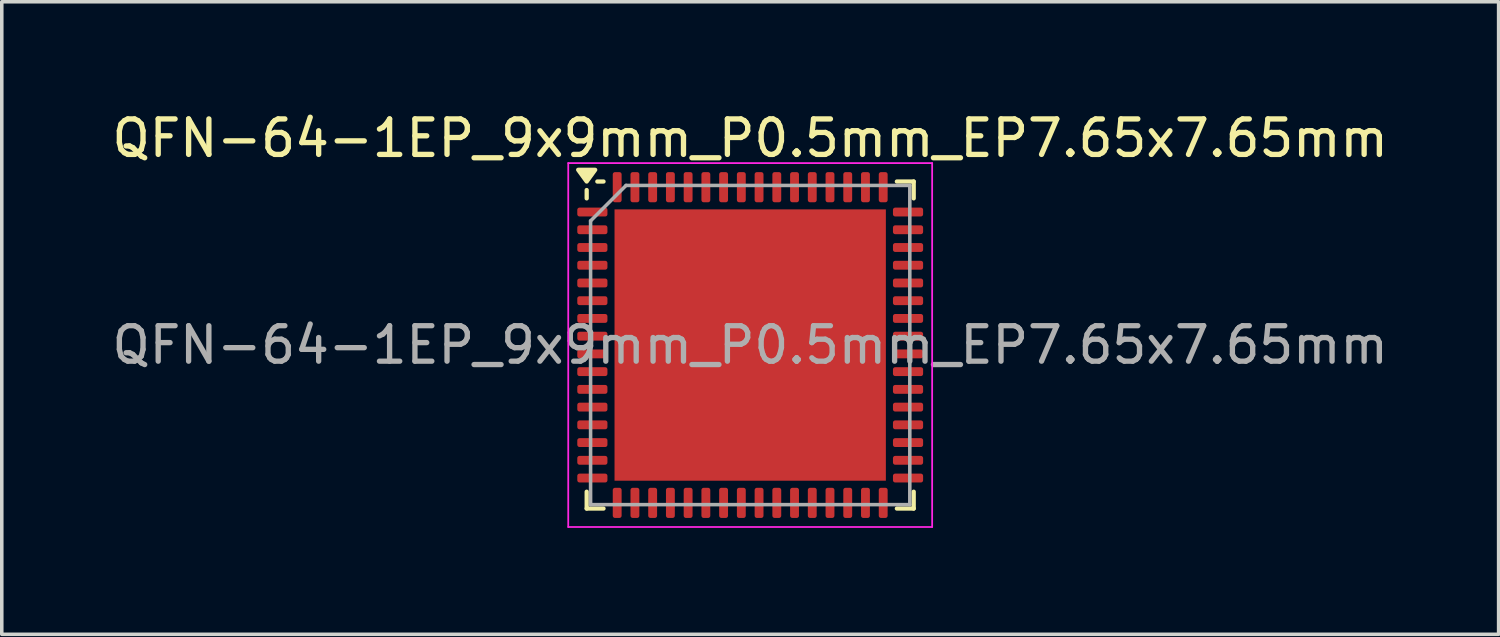
<source format=kicad_pcb>
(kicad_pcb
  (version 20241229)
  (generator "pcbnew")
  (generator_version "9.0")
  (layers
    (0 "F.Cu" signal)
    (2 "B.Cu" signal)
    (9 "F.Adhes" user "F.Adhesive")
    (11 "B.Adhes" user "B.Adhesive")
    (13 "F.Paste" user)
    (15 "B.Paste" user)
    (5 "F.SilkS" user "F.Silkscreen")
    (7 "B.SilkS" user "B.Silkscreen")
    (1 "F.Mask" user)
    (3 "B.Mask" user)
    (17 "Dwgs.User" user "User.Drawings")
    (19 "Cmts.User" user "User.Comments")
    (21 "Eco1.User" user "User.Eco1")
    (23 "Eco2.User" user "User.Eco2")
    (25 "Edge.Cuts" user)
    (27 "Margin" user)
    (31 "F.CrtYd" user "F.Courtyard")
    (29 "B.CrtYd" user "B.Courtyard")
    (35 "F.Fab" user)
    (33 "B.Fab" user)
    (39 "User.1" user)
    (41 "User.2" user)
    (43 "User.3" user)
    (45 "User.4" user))
  (footprint "QFN-64-1EP_9x9mm_P0.5mm_EP7.65x7.65mm"
    (layer "F.Cu")
    (at 18.101 6.678)
    (property "Reference" "QFN-64-1EP_9x9mm_P0.5mm_EP7.65x7.65mm" (at 0 -5.83 0) (layer "F.SilkS") (effects (font (size 1 1) (thickness 0.15))))
    (attr smd)
    (fp_line (start -4.61 -4.135) (end -4.61 -4.37) (stroke (width 0.12) (type solid)) (layer "F.SilkS"))
    (fp_line (start -4.61 4.61) (end -4.61 4.135) (stroke (width 0.12) (type solid)) (layer "F.SilkS"))
    (fp_line (start -4.135 -4.61) (end -4.31 -4.61) (stroke (width 0.12) (type solid)) (layer "F.SilkS"))
    (fp_line (start -4.135 4.61) (end -4.61 4.61) (stroke (width 0.12) (type solid)) (layer "F.SilkS"))
    (fp_line (start 4.135 -4.61) (end 4.61 -4.61) (stroke (width 0.12) (type solid)) (layer "F.SilkS"))
    (fp_line (start 4.135 4.61) (end 4.61 4.61) (stroke (width 0.12) (type solid)) (layer "F.SilkS"))
    (fp_line (start 4.61 -4.61) (end 4.61 -4.135) (stroke (width 0.12) (type solid)) (layer "F.SilkS"))
    (fp_line (start 4.61 4.61) (end 4.61 4.135) (stroke (width 0.12) (type solid)) (layer "F.SilkS"))
    (fp_poly (pts (xy -4.61 -4.61) (xy -4.85 -4.94) (xy -4.37 -4.94) (xy -4.61 -4.61)) (stroke (width 0.12) (type solid)) (fill yes) (layer "F.SilkS"))
    (fp_line (start -5.13 -5.13) (end -5.13 5.13) (stroke (width 0.05) (type solid)) (layer "F.CrtYd"))
    (fp_line (start -5.13 5.13) (end 5.13 5.13) (stroke (width 0.05) (type solid)) (layer "F.CrtYd"))
    (fp_line (start 5.13 -5.13) (end -5.13 -5.13) (stroke (width 0.05) (type solid)) (layer "F.CrtYd"))
    (fp_line (start 5.13 5.13) (end 5.13 -5.13) (stroke (width 0.05) (type solid)) (layer "F.CrtYd"))
    (fp_line (start -4.5 -3.5) (end -3.5 -4.5) (stroke (width 0.1) (type solid)) (layer "F.Fab"))
    (fp_line (start -4.5 4.5) (end -4.5 -3.5) (stroke (width 0.1) (type solid)) (layer "F.Fab"))
    (fp_line (start -3.5 -4.5) (end 4.5 -4.5) (stroke (width 0.1) (type solid)) (layer "F.Fab"))
    (fp_line (start 4.5 -4.5) (end 4.5 4.5) (stroke (width 0.1) (type solid)) (layer "F.Fab"))
    (fp_line (start 4.5 4.5) (end -4.5 4.5) (stroke (width 0.1) (type solid)) (layer "F.Fab"))
    (fp_text user "${REFERENCE}" (at 0 0 0) (layer "F.Fab") (effects (font (size 1 1) (thickness 0.15))))
    (pad "" smd roundrect (at -3.2 -3.2) (size 1.03 1.03) (layers "F.Paste") (roundrect_rratio 0.243))
    (pad "" smd roundrect (at -3.2 -1.92) (size 1.03 1.03) (layers "F.Paste") (roundrect_rratio 0.243))
    (pad "" smd roundrect (at -3.2 -0.64) (size 1.03 1.03) (layers "F.Paste") (roundrect_rratio 0.243))
    (pad "" smd roundrect (at -3.2 0.64) (size 1.03 1.03) (layers "F.Paste") (roundrect_rratio 0.243))
    (pad "" smd roundrect (at -3.2 1.92) (size 1.03 1.03) (layers "F.Paste") (roundrect_rratio 0.243))
    (pad "" smd roundrect (at -3.2 3.2) (size 1.03 1.03) (layers "F.Paste") (roundrect_rratio 0.243))
    (pad "" smd roundrect (at -1.92 -3.2) (size 1.03 1.03) (layers "F.Paste") (roundrect_rratio 0.243))
    (pad "" smd roundrect (at -1.92 -1.92) (size 1.03 1.03) (layers "F.Paste") (roundrect_rratio 0.243))
    (pad "" smd roundrect (at -1.92 -0.64) (size 1.03 1.03) (layers "F.Paste") (roundrect_rratio 0.243))
    (pad "" smd roundrect (at -1.92 0.64) (size 1.03 1.03) (layers "F.Paste") (roundrect_rratio 0.243))
    (pad "" smd roundrect (at -1.92 1.92) (size 1.03 1.03) (layers "F.Paste") (roundrect_rratio 0.243))
    (pad "" smd roundrect (at -1.92 3.2) (size 1.03 1.03) (layers "F.Paste") (roundrect_rratio 0.243))
    (pad "" smd roundrect (at -0.64 -3.2) (size 1.03 1.03) (layers "F.Paste") (roundrect_rratio 0.243))
    (pad "" smd roundrect (at -0.64 -1.92) (size 1.03 1.03) (layers "F.Paste") (roundrect_rratio 0.243))
    (pad "" smd roundrect (at -0.64 -0.64) (size 1.03 1.03) (layers "F.Paste") (roundrect_rratio 0.243))
    (pad "" smd roundrect (at -0.64 0.64) (size 1.03 1.03) (layers "F.Paste") (roundrect_rratio 0.243))
    (pad "" smd roundrect (at -0.64 1.92) (size 1.03 1.03) (layers "F.Paste") (roundrect_rratio 0.243))
    (pad "" smd roundrect (at -0.64 3.2) (size 1.03 1.03) (layers "F.Paste") (roundrect_rratio 0.243))
    (pad "" smd roundrect (at 0.64 -3.2) (size 1.03 1.03) (layers "F.Paste") (roundrect_rratio 0.243))
    (pad "" smd roundrect (at 0.64 -1.92) (size 1.03 1.03) (layers "F.Paste") (roundrect_rratio 0.243))
    (pad "" smd roundrect (at 0.64 -0.64) (size 1.03 1.03) (layers "F.Paste") (roundrect_rratio 0.243))
    (pad "" smd roundrect (at 0.64 0.64) (size 1.03 1.03) (layers "F.Paste") (roundrect_rratio 0.243))
    (pad "" smd roundrect (at 0.64 1.92) (size 1.03 1.03) (layers "F.Paste") (roundrect_rratio 0.243))
    (pad "" smd roundrect (at 0.64 3.2) (size 1.03 1.03) (layers "F.Paste") (roundrect_rratio 0.243))
    (pad "" smd roundrect (at 1.92 -3.2) (size 1.03 1.03) (layers "F.Paste") (roundrect_rratio 0.243))
    (pad "" smd roundrect (at 1.92 -1.92) (size 1.03 1.03) (layers "F.Paste") (roundrect_rratio 0.243))
    (pad "" smd roundrect (at 1.92 -0.64) (size 1.03 1.03) (layers "F.Paste") (roundrect_rratio 0.243))
    (pad "" smd roundrect (at 1.92 0.64) (size 1.03 1.03) (layers "F.Paste") (roundrect_rratio 0.243))
    (pad "" smd roundrect (at 1.92 1.92) (size 1.03 1.03) (layers "F.Paste") (roundrect_rratio 0.243))
    (pad "" smd roundrect (at 1.92 3.2) (size 1.03 1.03) (layers "F.Paste") (roundrect_rratio 0.243))
    (pad "" smd roundrect (at 3.2 -3.2) (size 1.03 1.03) (layers "F.Paste") (roundrect_rratio 0.243))
    (pad "" smd roundrect (at 3.2 -1.92) (size 1.03 1.03) (layers "F.Paste") (roundrect_rratio 0.243))
    (pad "" smd roundrect (at 3.2 -0.64) (size 1.03 1.03) (layers "F.Paste") (roundrect_rratio 0.243))
    (pad "" smd roundrect (at 3.2 0.64) (size 1.03 1.03) (layers "F.Paste") (roundrect_rratio 0.243))
    (pad "" smd roundrect (at 3.2 1.92) (size 1.03 1.03) (layers "F.Paste") (roundrect_rratio 0.243))
    (pad "" smd roundrect (at 3.2 3.2) (size 1.03 1.03) (layers "F.Paste") (roundrect_rratio 0.243))
    (pad "1" smd roundrect (at -4.45 -3.75) (size 0.85 0.25) (layers "F.Cu" "F.Mask" "F.Paste") (roundrect_rratio 0.25))
    (pad "2" smd roundrect (at -4.45 -3.25) (size 0.85 0.25) (layers "F.Cu" "F.Mask" "F.Paste") (roundrect_rratio 0.25))
    (pad "3" smd roundrect (at -4.45 -2.75) (size 0.85 0.25) (layers "F.Cu" "F.Mask" "F.Paste") (roundrect_rratio 0.25))
    (pad "4" smd roundrect (at -4.45 -2.25) (size 0.85 0.25) (layers "F.Cu" "F.Mask" "F.Paste") (roundrect_rratio 0.25))
    (pad "5" smd roundrect (at -4.45 -1.75) (size 0.85 0.25) (layers "F.Cu" "F.Mask" "F.Paste") (roundrect_rratio 0.25))
    (pad "6" smd roundrect (at -4.45 -1.25) (size 0.85 0.25) (layers "F.Cu" "F.Mask" "F.Paste") (roundrect_rratio 0.25))
    (pad "7" smd roundrect (at -4.45 -0.75) (size 0.85 0.25) (layers "F.Cu" "F.Mask" "F.Paste") (roundrect_rratio 0.25))
    (pad "8" smd roundrect (at -4.45 -0.25) (size 0.85 0.25) (layers "F.Cu" "F.Mask" "F.Paste") (roundrect_rratio 0.25))
    (pad "9" smd roundrect (at -4.45 0.25) (size 0.85 0.25) (layers "F.Cu" "F.Mask" "F.Paste") (roundrect_rratio 0.25))
    (pad "10" smd roundrect (at -4.45 0.75) (size 0.85 0.25) (layers "F.Cu" "F.Mask" "F.Paste") (roundrect_rratio 0.25))
    (pad "11" smd roundrect (at -4.45 1.25) (size 0.85 0.25) (layers "F.Cu" "F.Mask" "F.Paste") (roundrect_rratio 0.25))
    (pad "12" smd roundrect (at -4.45 1.75) (size 0.85 0.25) (layers "F.Cu" "F.Mask" "F.Paste") (roundrect_rratio 0.25))
    (pad "13" smd roundrect (at -4.45 2.25) (size 0.85 0.25) (layers "F.Cu" "F.Mask" "F.Paste") (roundrect_rratio 0.25))
    (pad "14" smd roundrect (at -4.45 2.75) (size 0.85 0.25) (layers "F.Cu" "F.Mask" "F.Paste") (roundrect_rratio 0.25))
    (pad "15" smd roundrect (at -4.45 3.25) (size 0.85 0.25) (layers "F.Cu" "F.Mask" "F.Paste") (roundrect_rratio 0.25))
    (pad "16" smd roundrect (at -4.45 3.75) (size 0.85 0.25) (layers "F.Cu" "F.Mask" "F.Paste") (roundrect_rratio 0.25))
    (pad "17" smd roundrect (at -3.75 4.45) (size 0.25 0.85) (layers "F.Cu" "F.Mask" "F.Paste") (roundrect_rratio 0.25))
    (pad "18" smd roundrect (at -3.25 4.45) (size 0.25 0.85) (layers "F.Cu" "F.Mask" "F.Paste") (roundrect_rratio 0.25))
    (pad "19" smd roundrect (at -2.75 4.45) (size 0.25 0.85) (layers "F.Cu" "F.Mask" "F.Paste") (roundrect_rratio 0.25))
    (pad "20" smd roundrect (at -2.25 4.45) (size 0.25 0.85) (layers "F.Cu" "F.Mask" "F.Paste") (roundrect_rratio 0.25))
    (pad "21" smd roundrect (at -1.75 4.45) (size 0.25 0.85) (layers "F.Cu" "F.Mask" "F.Paste") (roundrect_rratio 0.25))
    (pad "22" smd roundrect (at -1.25 4.45) (size 0.25 0.85) (layers "F.Cu" "F.Mask" "F.Paste") (roundrect_rratio 0.25))
    (pad "23" smd roundrect (at -0.75 4.45) (size 0.25 0.85) (layers "F.Cu" "F.Mask" "F.Paste") (roundrect_rratio 0.25))
    (pad "24" smd roundrect (at -0.25 4.45) (size 0.25 0.85) (layers "F.Cu" "F.Mask" "F.Paste") (roundrect_rratio 0.25))
    (pad "25" smd roundrect (at 0.25 4.45) (size 0.25 0.85) (layers "F.Cu" "F.Mask" "F.Paste") (roundrect_rratio 0.25))
    (pad "26" smd roundrect (at 0.75 4.45) (size 0.25 0.85) (layers "F.Cu" "F.Mask" "F.Paste") (roundrect_rratio 0.25))
    (pad "27" smd roundrect (at 1.25 4.45) (size 0.25 0.85) (layers "F.Cu" "F.Mask" "F.Paste") (roundrect_rratio 0.25))
    (pad "28" smd roundrect (at 1.75 4.45) (size 0.25 0.85) (layers "F.Cu" "F.Mask" "F.Paste") (roundrect_rratio 0.25))
    (pad "29" smd roundrect (at 2.25 4.45) (size 0.25 0.85) (layers "F.Cu" "F.Mask" "F.Paste") (roundrect_rratio 0.25))
    (pad "30" smd roundrect (at 2.75 4.45) (size 0.25 0.85) (layers "F.Cu" "F.Mask" "F.Paste") (roundrect_rratio 0.25))
    (pad "31" smd roundrect (at 3.25 4.45) (size 0.25 0.85) (layers "F.Cu" "F.Mask" "F.Paste") (roundrect_rratio 0.25))
    (pad "32" smd roundrect (at 3.75 4.45) (size 0.25 0.85) (layers "F.Cu" "F.Mask" "F.Paste") (roundrect_rratio 0.25))
    (pad "33" smd roundrect (at 4.45 3.75) (size 0.85 0.25) (layers "F.Cu" "F.Mask" "F.Paste") (roundrect_rratio 0.25))
    (pad "34" smd roundrect (at 4.45 3.25) (size 0.85 0.25) (layers "F.Cu" "F.Mask" "F.Paste") (roundrect_rratio 0.25))
    (pad "35" smd roundrect (at 4.45 2.75) (size 0.85 0.25) (layers "F.Cu" "F.Mask" "F.Paste") (roundrect_rratio 0.25))
    (pad "36" smd roundrect (at 4.45 2.25) (size 0.85 0.25) (layers "F.Cu" "F.Mask" "F.Paste") (roundrect_rratio 0.25))
    (pad "37" smd roundrect (at 4.45 1.75) (size 0.85 0.25) (layers "F.Cu" "F.Mask" "F.Paste") (roundrect_rratio 0.25))
    (pad "38" smd roundrect (at 4.45 1.25) (size 0.85 0.25) (layers "F.Cu" "F.Mask" "F.Paste") (roundrect_rratio 0.25))
    (pad "39" smd roundrect (at 4.45 0.75) (size 0.85 0.25) (layers "F.Cu" "F.Mask" "F.Paste") (roundrect_rratio 0.25))
    (pad "40" smd roundrect (at 4.45 0.25) (size 0.85 0.25) (layers "F.Cu" "F.Mask" "F.Paste") (roundrect_rratio 0.25))
    (pad "41" smd roundrect (at 4.45 -0.25) (size 0.85 0.25) (layers "F.Cu" "F.Mask" "F.Paste") (roundrect_rratio 0.25))
    (pad "42" smd roundrect (at 4.45 -0.75) (size 0.85 0.25) (layers "F.Cu" "F.Mask" "F.Paste") (roundrect_rratio 0.25))
    (pad "43" smd roundrect (at 4.45 -1.25) (size 0.85 0.25) (layers "F.Cu" "F.Mask" "F.Paste") (roundrect_rratio 0.25))
    (pad "44" smd roundrect (at 4.45 -1.75) (size 0.85 0.25) (layers "F.Cu" "F.Mask" "F.Paste") (roundrect_rratio 0.25))
    (pad "45" smd roundrect (at 4.45 -2.25) (size 0.85 0.25) (layers "F.Cu" "F.Mask" "F.Paste") (roundrect_rratio 0.25))
    (pad "46" smd roundrect (at 4.45 -2.75) (size 0.85 0.25) (layers "F.Cu" "F.Mask" "F.Paste") (roundrect_rratio 0.25))
    (pad "47" smd roundrect (at 4.45 -3.25) (size 0.85 0.25) (layers "F.Cu" "F.Mask" "F.Paste") (roundrect_rratio 0.25))
    (pad "48" smd roundrect (at 4.45 -3.75) (size 0.85 0.25) (layers "F.Cu" "F.Mask" "F.Paste") (roundrect_rratio 0.25))
    (pad "49" smd roundrect (at 3.75 -4.45) (size 0.25 0.85) (layers "F.Cu" "F.Mask" "F.Paste") (roundrect_rratio 0.25))
    (pad "50" smd roundrect (at 3.25 -4.45) (size 0.25 0.85) (layers "F.Cu" "F.Mask" "F.Paste") (roundrect_rratio 0.25))
    (pad "51" smd roundrect (at 2.75 -4.45) (size 0.25 0.85) (layers "F.Cu" "F.Mask" "F.Paste") (roundrect_rratio 0.25))
    (pad "52" smd roundrect (at 2.25 -4.45) (size 0.25 0.85) (layers "F.Cu" "F.Mask" "F.Paste") (roundrect_rratio 0.25))
    (pad "53" smd roundrect (at 1.75 -4.45) (size 0.25 0.85) (layers "F.Cu" "F.Mask" "F.Paste") (roundrect_rratio 0.25))
    (pad "54" smd roundrect (at 1.25 -4.45) (size 0.25 0.85) (layers "F.Cu" "F.Mask" "F.Paste") (roundrect_rratio 0.25))
    (pad "55" smd roundrect (at 0.75 -4.45) (size 0.25 0.85) (layers "F.Cu" "F.Mask" "F.Paste") (roundrect_rratio 0.25))
    (pad "56" smd roundrect (at 0.25 -4.45) (size 0.25 0.85) (layers "F.Cu" "F.Mask" "F.Paste") (roundrect_rratio 0.25))
    (pad "57" smd roundrect (at -0.25 -4.45) (size 0.25 0.85) (layers "F.Cu" "F.Mask" "F.Paste") (roundrect_rratio 0.25))
    (pad "58" smd roundrect (at -0.75 -4.45) (size 0.25 0.85) (layers "F.Cu" "F.Mask" "F.Paste") (roundrect_rratio 0.25))
    (pad "59" smd roundrect (at -1.25 -4.45) (size 0.25 0.85) (layers "F.Cu" "F.Mask" "F.Paste") (roundrect_rratio 0.25))
    (pad "60" smd roundrect (at -1.75 -4.45) (size 0.25 0.85) (layers "F.Cu" "F.Mask" "F.Paste") (roundrect_rratio 0.25))
    (pad "61" smd roundrect (at -2.25 -4.45) (size 0.25 0.85) (layers "F.Cu" "F.Mask" "F.Paste") (roundrect_rratio 0.25))
    (pad "62" smd roundrect (at -2.75 -4.45) (size 0.25 0.85) (layers "F.Cu" "F.Mask" "F.Paste") (roundrect_rratio 0.25))
    (pad "63" smd roundrect (at -3.25 -4.45) (size 0.25 0.85) (layers "F.Cu" "F.Mask" "F.Paste") (roundrect_rratio 0.25))
    (pad "64" smd roundrect (at -3.75 -4.45) (size 0.25 0.85) (layers "F.Cu" "F.Mask" "F.Paste") (roundrect_rratio 0.25))
    (pad "65" smd rect (at 0 0) (size 7.65 7.65) (property pad_prop_heatsink) (layers "F.Cu" "F.Mask")))
  (gr_rect
    (start -3 -3)
    (end 39.202 14.833)
    (stroke (width 0.1) (type default))
    (fill no)
    (layer "Edge.Cuts")))
</source>
